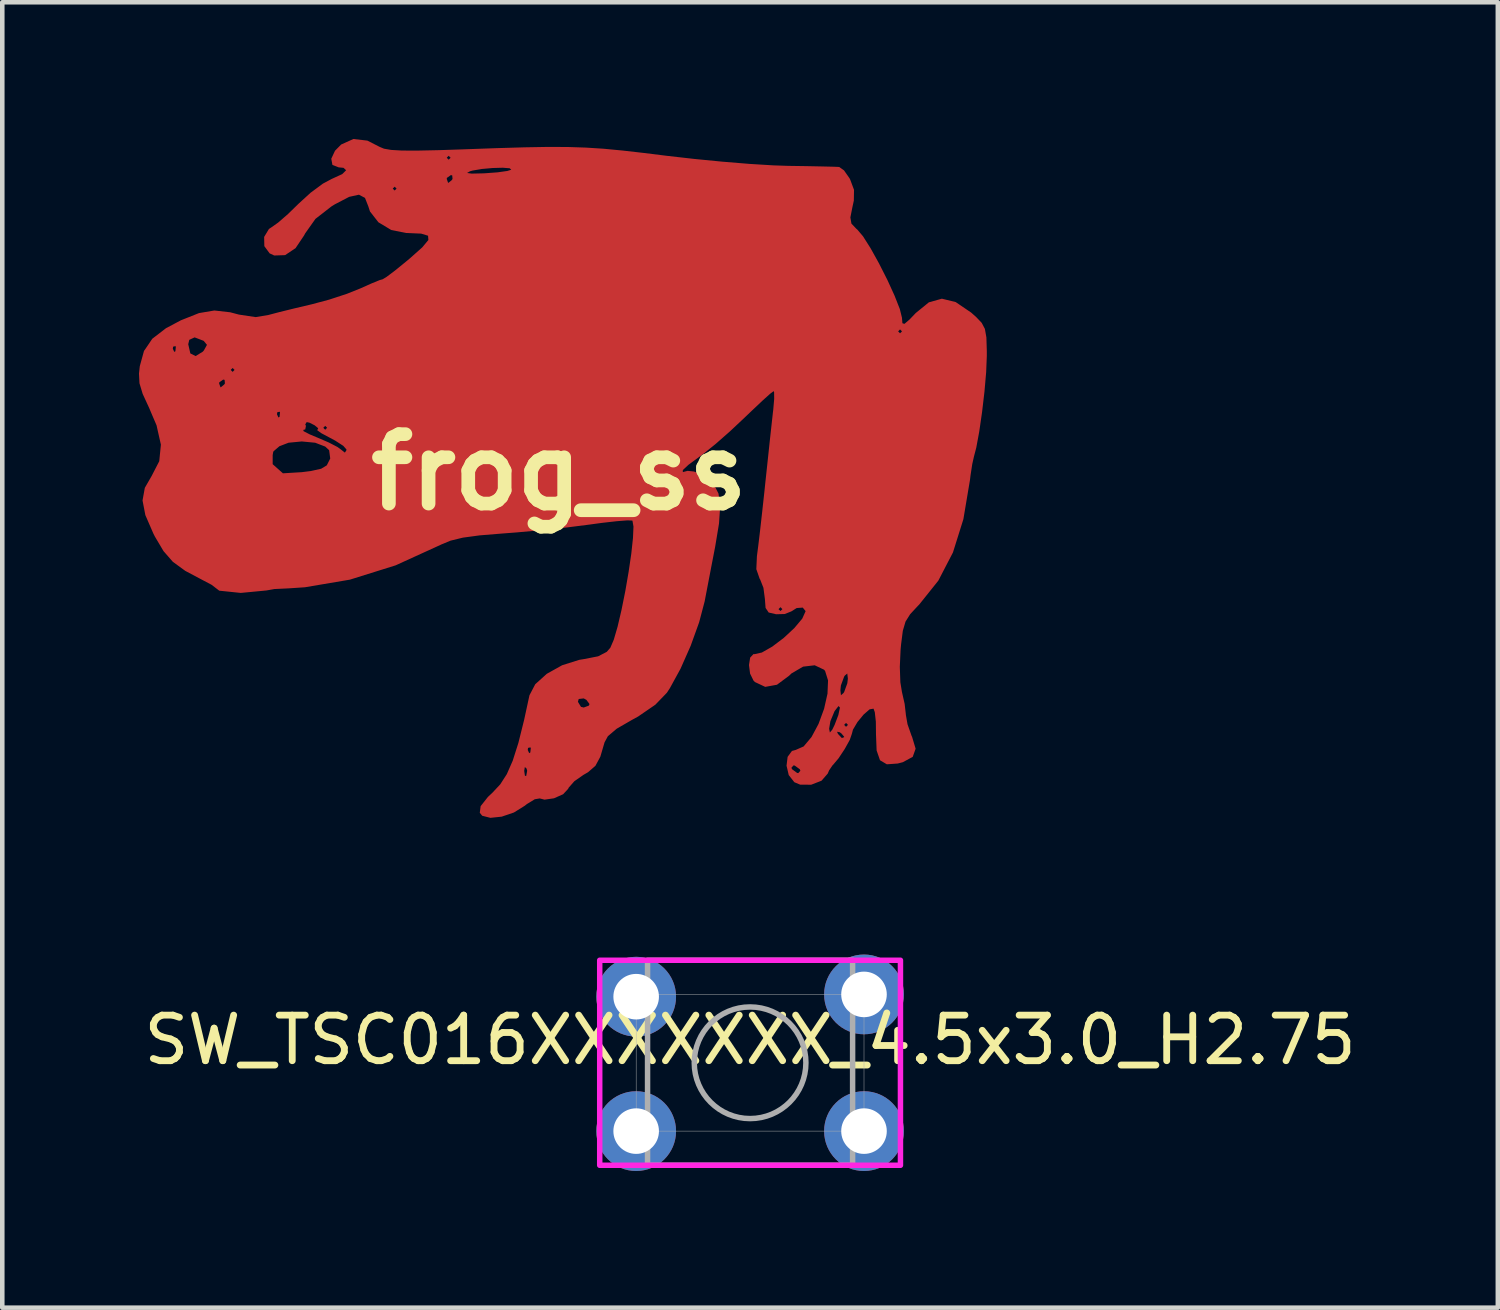
<source format=kicad_pcb>
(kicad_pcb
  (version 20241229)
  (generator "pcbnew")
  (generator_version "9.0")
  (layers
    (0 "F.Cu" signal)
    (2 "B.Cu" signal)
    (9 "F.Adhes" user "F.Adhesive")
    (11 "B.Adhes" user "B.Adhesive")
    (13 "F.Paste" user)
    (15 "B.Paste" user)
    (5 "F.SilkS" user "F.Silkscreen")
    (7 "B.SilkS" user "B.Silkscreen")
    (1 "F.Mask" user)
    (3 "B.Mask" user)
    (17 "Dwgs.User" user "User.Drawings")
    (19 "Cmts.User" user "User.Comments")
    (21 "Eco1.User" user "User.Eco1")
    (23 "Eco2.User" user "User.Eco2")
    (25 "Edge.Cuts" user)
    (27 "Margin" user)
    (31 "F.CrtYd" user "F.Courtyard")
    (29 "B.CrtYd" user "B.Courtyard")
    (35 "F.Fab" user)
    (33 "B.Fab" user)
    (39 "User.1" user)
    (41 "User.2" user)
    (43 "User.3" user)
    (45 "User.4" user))
  (footprint "frog_ss"
    (layer "F.Cu")
    (at 9.222 7.312)
    (property "Reference" "frog_ss" (at 0 0 0) (layer "F.SilkS") (effects (font (size 1.524 1.524) (thickness 0.3))))
    (attr board_only exclude_from_pos_files exclude_from_bom)
    (fp_poly (pts (xy -4.209 -7.276) (xy -3.941 -7.139) (xy -3.845 -7.099) (xy -3.689 -7.072) (xy -3.45 -7.058) (xy -3.107 -7.057) (xy -2.635 -7.067) (xy -2.121 -7.084) (xy -1.37 -7.111) (xy -0.756 -7.129) (xy -0.247 -7.138) (xy 0.19 -7.136) (xy 0.586 -7.123) (xy 0.973 -7.098) (xy 1.384 -7.059) (xy 1.851 -7.006) (xy 2.358 -6.943) (xy 2.956 -6.875) (xy 3.58 -6.814) (xy 4.178 -6.765) (xy 4.7 -6.733) (xy 5.025 -6.722) (xy 5.43 -6.716) (xy 5.776 -6.709) (xy 6.027 -6.703) (xy 6.145 -6.698) (xy 6.25 -6.623) (xy 6.37 -6.452) (xy 6.385 -6.424) (xy 6.47 -6.196) (xy 6.466 -5.96) (xy 6.435 -5.818) (xy 6.39 -5.591) (xy 6.413 -5.455) (xy 6.52 -5.342) (xy 6.541 -5.325) (xy 6.667 -5.177) (xy 6.833 -4.915) (xy 7.018 -4.582) (xy 7.201 -4.221) (xy 7.36 -3.873) (xy 7.475 -3.58) (xy 7.523 -3.386) (xy 7.523 -3.375) (xy 7.532 -3.268) (xy 7.577 -3.255) (xy 7.687 -3.349) (xy 7.825 -3.493) (xy 8.112 -3.727) (xy 8.398 -3.807) (xy 8.701 -3.733) (xy 9.041 -3.502) (xy 9.152 -3.403) (xy 9.272 -3.277) (xy 9.342 -3.144) (xy 9.375 -2.957) (xy 9.384 -2.664) (xy 9.384 -2.545) (xy 9.37 -2.196) (xy 9.333 -1.77) (xy 9.28 -1.318) (xy 9.218 -0.89) (xy 9.153 -0.538) (xy 9.101 -0.339) (xy 9.065 -0.179) (xy 9.027 0.069) (xy 9.015 0.169) (xy 8.87 1.032) (xy 8.641 1.762) (xy 8.32 2.381) (xy 7.899 2.907) (xy 7.871 2.935) (xy 7.702 3.117) (xy 7.6 3.28) (xy 7.541 3.481) (xy 7.503 3.778) (xy 7.492 3.895) (xy 7.475 4.273) (xy 7.487 4.612) (xy 7.522 4.825) (xy 7.581 5.085) (xy 7.607 5.311) (xy 7.607 5.321) (xy 7.644 5.532) (xy 7.732 5.783) (xy 7.744 5.809) (xy 7.822 6.069) (xy 7.758 6.248) (xy 7.541 6.365) (xy 7.429 6.394) (xy 7.19 6.411) (xy 7.04 6.322) (xy 6.966 6.108) (xy 6.952 5.754) (xy 6.949 5.476) (xy 6.926 5.267) (xy 6.898 5.19) (xy 6.812 5.205) (xy 6.681 5.319) (xy 6.546 5.483) (xy 6.447 5.65) (xy 6.422 5.744) (xy 6.377 5.875) (xy 6.266 6.075) (xy 6.131 6.279) (xy 6.01 6.423) (xy 5.997 6.435) (xy 5.924 6.543) (xy 5.893 6.615) (xy 5.757 6.771) (xy 5.531 6.859) (xy 5.289 6.858) (xy 5.16 6.804) (xy 5.037 6.647) (xy 5 6.487) (xy 5.096 6.487) (xy 5.11 6.519) (xy 5.222 6.601) (xy 5.247 6.604) (xy 5.293 6.552) (xy 5.279 6.519) (xy 5.167 6.438) (xy 5.142 6.435) (xy 5.096 6.487) (xy 5 6.487) (xy 4.989 6.442) (xy 5.013 6.247) (xy 5.108 6.118) (xy 5.189 6.096) (xy 5.364 6.019) (xy 5.536 5.814) (xy 5.635 5.63) (xy 5.924 5.63) (xy 5.94 5.713) (xy 5.954 5.697) (xy 6.097 5.697) (xy 6.118 5.744) (xy 6.203 5.835) (xy 6.252 5.816) (xy 6.253 5.805) (xy 6.192 5.733) (xy 6.155 5.707) (xy 6.097 5.697) (xy 5.954 5.697) (xy 5.992 5.652) (xy 6.044 5.546) (xy 6.253 5.546) (xy 6.295 5.588) (xy 6.337 5.546) (xy 6.295 5.503) (xy 6.253 5.546) (xy 6.044 5.546) (xy 6.126 5.33) (xy 6.161 5.166) (xy 6.161 5.165) (xy 6.129 5.133) (xy 6.048 5.238) (xy 6.041 5.249) (xy 5.951 5.466) (xy 5.924 5.63) (xy 5.635 5.63) (xy 5.691 5.525) (xy 5.813 5.193) (xy 5.888 4.861) (xy 5.891 4.784) (xy 6.171 4.784) (xy 6.183 4.895) (xy 6.237 4.849) (xy 6.253 4.826) (xy 6.323 4.633) (xy 6.335 4.53) (xy 6.322 4.419) (xy 6.268 4.464) (xy 6.253 4.487) (xy 6.182 4.68) (xy 6.171 4.784) (xy 5.891 4.784) (xy 5.9 4.57) (xy 5.835 4.362) (xy 5.812 4.335) (xy 5.607 4.238) (xy 5.352 4.268) (xy 5.099 4.416) (xy 5.043 4.469) (xy 4.779 4.665) (xy 4.521 4.712) (xy 4.296 4.606) (xy 4.264 4.574) (xy 4.189 4.421) (xy 4.165 4.232) (xy 4.191 4.069) (xy 4.264 3.992) (xy 4.286 3.994) (xy 4.448 3.958) (xy 4.676 3.828) (xy 4.928 3.637) (xy 5.161 3.42) (xy 5.334 3.214) (xy 5.406 3.054) (xy 5.406 3.048) (xy 5.345 2.972) (xy 5.211 2.982) (xy 5.095 3.055) (xy 4.95 3.113) (xy 4.76 3.118) (xy 4.597 3.08) (xy 4.547 3.006) (xy 4.813 3.006) (xy 4.856 3.048) (xy 4.898 3.006) (xy 4.856 2.963) (xy 4.813 3.006) (xy 4.547 3.006) (xy 4.529 2.979) (xy 4.514 2.782) (xy 4.482 2.538) (xy 4.409 2.352) (xy 4.399 2.339) (xy 4.326 2.129) (xy 4.339 1.843) (xy 4.367 1.627) (xy 4.408 1.285) (xy 4.456 0.858) (xy 4.507 0.391) (xy 4.521 0.254) (xy 4.572 -0.222) (xy 4.62 -0.674) (xy 4.662 -1.057) (xy 4.692 -1.328) (xy 4.698 -1.376) (xy 4.718 -1.609) (xy 4.716 -1.755) (xy 4.706 -1.778) (xy 4.632 -1.723) (xy 4.466 -1.574) (xy 4.235 -1.356) (xy 4.058 -1.187) (xy 3.749 -0.897) (xy 3.435 -0.621) (xy 3.167 -0.404) (xy 3.074 -0.336) (xy 2.837 -0.162) (xy 2.713 -0.046) (xy 2.713 -0.001) (xy 2.818 -0.029) (xy 2.961 -0.014) (xy 3.165 0.078) (xy 3.22 0.113) (xy 3.393 0.268) (xy 3.496 0.47) (xy 3.533 0.747) (xy 3.507 1.128) (xy 3.422 1.64) (xy 3.343 2.048) (xy 3.262 2.471) (xy 3.195 2.82) (xy 3.192 2.836) (xy 3.071 3.295) (xy 2.885 3.811) (xy 2.662 4.315) (xy 2.429 4.74) (xy 2.363 4.841) (xy 2.11 5.103) (xy 1.733 5.362) (xy 1.596 5.437) (xy 1.262 5.63) (xy 1.068 5.795) (xy 0.995 5.93) (xy 0.903 6.244) (xy 0.795 6.444) (xy 0.634 6.584) (xy 0.534 6.642) (xy 0.333 6.782) (xy 0.207 6.925) (xy 0.197 6.949) (xy 0.086 7.068) (xy -0.114 7.157) (xy -0.322 7.187) (xy -0.427 7.16) (xy -0.536 7.178) (xy -0.708 7.283) (xy -0.756 7.321) (xy -0.994 7.469) (xy -1.262 7.56) (xy -1.51 7.586) (xy -1.69 7.54) (xy -1.743 7.475) (xy -1.724 7.329) (xy -1.564 7.127) (xy -1.464 7.033) (xy -1.294 6.851) (xy -1.149 6.626) (xy -1.118 6.555) (xy -0.768 6.555) (xy -0.752 6.664) (xy -0.724 6.666) (xy -0.703 6.552) (xy -0.717 6.503) (xy -0.754 6.471) (xy -0.768 6.555) (xy -1.118 6.555) (xy -1.02 6.332) (xy -0.945 6.096) (xy -0.69 6.096) (xy -0.659 6.166) (xy -0.634 6.152) (xy -0.623 6.052) (xy -0.634 6.04) (xy -0.684 6.051) (xy -0.69 6.096) (xy -0.945 6.096) (xy -0.896 5.943) (xy -0.769 5.433) (xy -0.684 5.04) (xy 0.411 5.04) (xy 0.478 5.15) (xy 0.538 5.165) (xy 0.65 5.124) (xy 0.665 5.089) (xy 0.597 4.997) (xy 0.538 4.965) (xy 0.428 4.978) (xy 0.411 5.04) (xy -0.684 5.04) (xy -0.653 4.897) (xy -0.526 4.654) (xy -0.272 4.425) (xy 0.065 4.237) (xy 0.443 4.118) (xy 0.544 4.102) (xy 0.855 4.041) (xy 1.044 3.943) (xy 1.122 3.853) (xy 1.197 3.679) (xy 1.281 3.392) (xy 1.367 3.025) (xy 1.45 2.613) (xy 1.523 2.19) (xy 1.582 1.789) (xy 1.619 1.446) (xy 1.63 1.194) (xy 1.608 1.068) (xy 1.601 1.062) (xy 1.497 1.058) (xy 1.263 1.076) (xy 0.938 1.113) (xy 0.658 1.151) (xy 0.186 1.211) (xy -0.371 1.271) (xy -0.931 1.322) (xy -1.244 1.346) (xy -1.746 1.387) (xy -2.114 1.437) (xy -2.385 1.503) (xy -2.594 1.59) (xy -2.599 1.593) (xy -3.59 2.045) (xy -4.594 2.359) (xy -5.581 2.526) (xy -5.939 2.55) (xy -6.252 2.565) (xy -6.424 2.596) (xy -6.988 2.65) (xy -7.46 2.601) (xy -7.63 2.471) (xy -7.82 2.371) (xy -8.206 2.166) (xy -8.478 1.968) (xy -8.684 1.732) (xy -8.873 1.413) (xy -8.906 1.348) (xy -9.082 0.943) (xy -9.144 0.621) (xy -9.094 0.344) (xy -8.945 0.085) (xy -8.777 -0.241) (xy -8.753 -0.486) (xy -6.25 -0.475) (xy -6.275 -0.45) (xy -6.288 -0.375) (xy -6.288 -0.175) (xy -6.063 0.025) (xy -5.65 0) (xy -5.45 -0.025) (xy -5.225 -0.075) (xy -5.1 -0.15) (xy -5.025 -0.3) (xy -5.049 -0.482) (xy -5.133 -0.56) (xy -5.139 -0.563) (xy -5.355 -0.646) (xy -5.649 -0.674) (xy -5.94 -0.646) (xy -6.14 -0.569) (xy -6.25 -0.475) (xy -8.753 -0.486) (xy -8.741 -0.604) (xy -8.814 -0.927) (xy -5.617 -0.927) (xy -5.609 -0.899) (xy -5.474 -0.829) (xy -5.311 -0.761) (xy -5.058 -0.652) (xy -4.867 -0.553) (xy -4.808 -0.511) (xy -4.703 -0.429) (xy -4.67 -0.481) (xy -4.669 -0.499) (xy -4.739 -0.578) (xy -4.915 -0.692) (xy -5.029 -0.753) (xy -5.22 -0.855) (xy -5.311 -0.921) (xy -5.304 -0.933) (xy -5.289 -0.964) (xy -5.301 -0.974) (xy -5.177 -0.974) (xy -5.135 -0.931) (xy -5.093 -0.974) (xy -5.135 -1.016) (xy -5.177 -0.974) (xy -5.301 -0.974) (xy -5.368 -1.029) (xy -5.481 -1.086) (xy -5.542 -1.099) (xy -5.573 -1.048) (xy -5.558 -1.016) (xy -5.573 -0.938) (xy -5.617 -0.927) (xy -8.814 -0.927) (xy -8.836 -1.027) (xy -8.94 -1.27) (xy -6.193 -1.27) (xy -6.162 -1.2) (xy -6.137 -1.214) (xy -6.127 -1.314) (xy -6.137 -1.326) (xy -6.187 -1.315) (xy -6.193 -1.27) (xy -8.94 -1.27) (xy -8.997 -1.405) (xy -9.141 -1.718) (xy -9.21 -1.947) (xy -7.463 -1.947) (xy -7.434 -1.865) (xy -7.426 -1.863) (xy -7.354 -1.922) (xy -7.336 -1.947) (xy -7.343 -2.025) (xy -7.374 -2.032) (xy -7.46 -1.971) (xy -7.463 -1.947) (xy -9.21 -1.947) (xy -9.211 -1.951) (xy -9.222 -2.165) (xy -9.213 -2.244) (xy -7.209 -2.244) (xy -7.167 -2.201) (xy -7.125 -2.244) (xy -7.167 -2.286) (xy -7.209 -2.244) (xy -9.213 -2.244) (xy -9.204 -2.327) (xy -9.112 -2.661) (xy -9.078 -2.709) (xy -8.479 -2.709) (xy -8.448 -2.64) (xy -8.423 -2.653) (xy -8.413 -2.753) (xy -8.423 -2.766) (xy -8.473 -2.754) (xy -8.479 -2.709) (xy -9.078 -2.709) (xy -9.011 -2.808) (xy -8.141 -2.808) (xy -8.095 -2.606) (xy -7.979 -2.548) (xy -7.821 -2.645) (xy -7.797 -2.673) (xy -7.73 -2.794) (xy -7.799 -2.878) (xy -7.807 -2.884) (xy -8.001 -2.958) (xy -8.118 -2.904) (xy -8.141 -2.808) (xy -9.011 -2.808) (xy -8.93 -2.928) (xy -8.719 -3.09) (xy 7.438 -3.09) (xy 7.48 -3.048) (xy 7.523 -3.09) (xy 7.48 -3.133) (xy 7.438 -3.09) (xy -8.719 -3.09) (xy -8.63 -3.159) (xy -8.302 -3.333) (xy -7.905 -3.491) (xy -7.568 -3.548) (xy -7.221 -3.509) (xy -7.028 -3.458) (xy -6.663 -3.403) (xy -6.384 -3.449) (xy -6.141 -3.513) (xy -5.804 -3.596) (xy -5.444 -3.681) (xy -5.431 -3.684) (xy -5.047 -3.787) (xy -4.659 -3.914) (xy -4.365 -4.032) (xy -4.119 -4.142) (xy -3.937 -4.216) (xy -3.875 -4.233) (xy -3.789 -4.285) (xy -3.608 -4.421) (xy -3.367 -4.617) (xy -3.278 -4.691) (xy -3.005 -4.934) (xy -2.871 -5.095) (xy -2.878 -5.189) (xy -3.03 -5.235) (xy -3.328 -5.248) (xy -3.357 -5.248) (xy -3.685 -5.314) (xy -3.968 -5.484) (xy -4.153 -5.722) (xy -4.189 -5.833) (xy -4.262 -6.019) (xy -4.395 -6.089) (xy -4.609 -6.042) (xy -4.922 -5.879) (xy -4.998 -5.832) (xy -5.349 -5.559) (xy -5.577 -5.237) (xy -5.596 -5.199) (xy -5.786 -4.916) (xy -6.015 -4.763) (xy -6.254 -4.755) (xy -6.355 -4.802) (xy -6.471 -4.96) (xy -6.475 -5.163) (xy -6.37 -5.337) (xy -6.314 -5.374) (xy -6.167 -5.478) (xy -5.952 -5.665) (xy -5.717 -5.894) (xy -5.455 -6.133) (xy -5.333 -6.223) (xy -3.653 -6.223) (xy -3.611 -6.181) (xy -3.569 -6.223) (xy -3.611 -6.265) (xy -3.653 -6.223) (xy -5.333 -6.223) (xy -5.186 -6.332) (xy -4.993 -6.435) (xy -2.468 -6.435) (xy -2.439 -6.352) (xy -2.431 -6.35) (xy -2.358 -6.409) (xy -2.341 -6.435) (xy -2.348 -6.513) (xy -2.378 -6.519) (xy -2.465 -6.458) (xy -2.468 -6.435) (xy -4.993 -6.435) (xy -4.982 -6.44) (xy -4.762 -6.541) (xy -4.736 -6.566) (xy -2.022 -6.566) (xy -1.921 -6.552) (xy -1.656 -6.558) (xy -1.638 -6.559) (xy -1.352 -6.58) (xy -1.139 -6.61) (xy -1.052 -6.637) (xy -1.086 -6.669) (xy -1.238 -6.681) (xy -1.457 -6.675) (xy -1.695 -6.654) (xy -1.901 -6.619) (xy -1.96 -6.602) (xy -2.022 -6.566) (xy -4.736 -6.566) (xy -4.676 -6.626) (xy -4.733 -6.679) (xy -4.839 -6.689) (xy -4.977 -6.743) (xy -5.002 -6.879) (xy -4.992 -6.9) (xy -2.468 -6.9) (xy -2.426 -6.858) (xy -2.383 -6.9) (xy -2.426 -6.943) (xy -2.468 -6.9) (xy -4.992 -6.9) (xy -4.92 -7.054) (xy -4.786 -7.19) (xy -4.516 -7.312)) (stroke (width 0) (type solid)) (fill yes) (layer "F.Cu")))
  (footprint "SW_TSC016XXXXXXX_4.5x3.0_H2.75"
    (layer "F.Cu")
    (at 13.411 20.273)
    (property "Reference" "SW_TSC016XXXXXXX_4.5x3.0_H2.75" (at 0 -0.5 0) (unlocked yes) (layer "F.SilkS") (effects (font (size 1 1) (thickness 0.15))))
    (attr through_hole)
    (fp_rect (start -3.3 -2.25) (end 3.3 2.25) (stroke (width 0.12) (type solid)) (fill no) (layer "F.CrtYd"))
    (fp_rect (start -2.5 -1.5) (end 2.5 1.5) (stroke (width 0.01) (type solid)) (fill no) (layer "F.Fab"))
    (fp_rect (start -2.25 -2.25) (end 2.25 2.25) (stroke (width 0.12) (type solid)) (fill no) (layer "F.Fab"))
    (fp_circle (center 0 0) (end 1.225 0) (stroke (width 0.12) (type solid)) (fill no) (layer "F.Fab"))
    (pad "1" thru_hole circle (at -2.5 -1.45) (size 1.75 1.75) (drill 1) (layers "*.Cu" "*.Mask"))
    (pad "1" thru_hole circle (at 2.5 -1.5) (size 1.75 1.75) (drill 1) (layers "*.Cu" "*.Mask"))
    (pad "2" thru_hole circle (at -2.5 1.5) (size 1.75 1.75) (drill 1) (layers "*.Cu" "*.Mask"))
    (pad "2" thru_hole circle (at 2.5 1.5) (size 1.75 1.75) (drill 1) (layers "*.Cu" "*.Mask")))
  (gr_rect
    (start -3 -3)
    (end 29.821 25.648)
    (stroke (width 0.1) (type default))
    (fill no)
    (layer "Edge.Cuts")))
</source>
